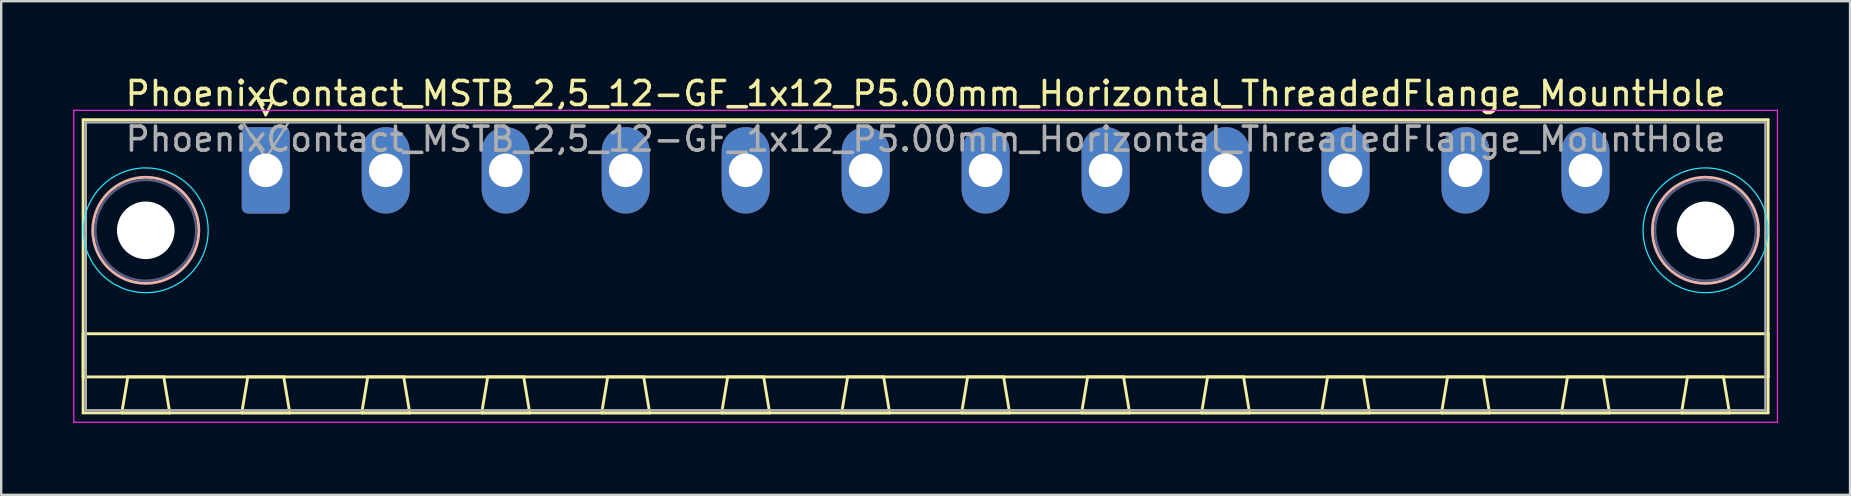
<source format=kicad_pcb>
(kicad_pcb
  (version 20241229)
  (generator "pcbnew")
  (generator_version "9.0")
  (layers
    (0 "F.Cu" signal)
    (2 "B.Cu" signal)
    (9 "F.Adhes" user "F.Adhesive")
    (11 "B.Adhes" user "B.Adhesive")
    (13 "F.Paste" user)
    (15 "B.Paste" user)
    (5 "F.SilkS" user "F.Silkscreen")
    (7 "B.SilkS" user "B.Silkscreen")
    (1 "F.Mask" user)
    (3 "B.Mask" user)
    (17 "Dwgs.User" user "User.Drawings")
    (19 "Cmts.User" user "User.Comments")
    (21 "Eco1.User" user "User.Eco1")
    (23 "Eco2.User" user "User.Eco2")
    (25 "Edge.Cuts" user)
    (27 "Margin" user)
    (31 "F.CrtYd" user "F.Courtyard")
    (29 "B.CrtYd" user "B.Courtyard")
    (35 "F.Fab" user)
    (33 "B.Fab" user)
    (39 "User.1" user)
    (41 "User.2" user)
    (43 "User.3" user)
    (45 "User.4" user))
  (footprint "PhoenixContact_MSTB_2,5_12-GF_1x12_P5.00mm_Horizontal_ThreadedFlange_MountHole"
    (layer "F.Cu")
    (at 8.025 4.048)
    (property "Reference" "PhoenixContact_MSTB_2,5_12-GF_1x12_P5.00mm_Horizontal_ThreadedFlange_MountHole" (at 27.5 -3.2 0) (layer "F.SilkS") (effects (font (size 1 1) (thickness 0.15))))
    (attr through_hole)
    (fp_line (start -7.61 -2.11) (end -7.61 10.11) (stroke (width 0.12) (type solid)) (layer "F.SilkS"))
    (fp_line (start -7.61 6.81) (end 62.61 6.81) (stroke (width 0.12) (type solid)) (layer "F.SilkS"))
    (fp_line (start -7.61 8.61) (end -7.61 6.81) (stroke (width 0.12) (type solid)) (layer "F.SilkS"))
    (fp_line (start -7.61 10.11) (end 62.61 10.11) (stroke (width 0.12) (type solid)) (layer "F.SilkS"))
    (fp_line (start -6 10.11) (end -4 10.11) (stroke (width 0.12) (type solid)) (layer "F.SilkS"))
    (fp_line (start -5.75 8.61) (end -6 10.11) (stroke (width 0.12) (type solid)) (layer "F.SilkS"))
    (fp_line (start -4.25 8.61) (end -5.75 8.61) (stroke (width 0.12) (type solid)) (layer "F.SilkS"))
    (fp_line (start -4 10.11) (end -4.25 8.61) (stroke (width 0.12) (type solid)) (layer "F.SilkS"))
    (fp_line (start -1 10.11) (end 1 10.11) (stroke (width 0.12) (type solid)) (layer "F.SilkS"))
    (fp_line (start -0.75 8.61) (end -1 10.11) (stroke (width 0.12) (type solid)) (layer "F.SilkS"))
    (fp_line (start -0.3 -2.91) (end 0.3 -2.91) (stroke (width 0.12) (type solid)) (layer "F.SilkS"))
    (fp_line (start 0 -2.31) (end -0.3 -2.91) (stroke (width 0.12) (type solid)) (layer "F.SilkS"))
    (fp_line (start 0.3 -2.91) (end 0 -2.31) (stroke (width 0.12) (type solid)) (layer "F.SilkS"))
    (fp_line (start 0.75 8.61) (end -0.75 8.61) (stroke (width 0.12) (type solid)) (layer "F.SilkS"))
    (fp_line (start 1 10.11) (end 0.75 8.61) (stroke (width 0.12) (type solid)) (layer "F.SilkS"))
    (fp_line (start 4 10.11) (end 6 10.11) (stroke (width 0.12) (type solid)) (layer "F.SilkS"))
    (fp_line (start 4.25 8.61) (end 4 10.11) (stroke (width 0.12) (type solid)) (layer "F.SilkS"))
    (fp_line (start 5.75 8.61) (end 4.25 8.61) (stroke (width 0.12) (type solid)) (layer "F.SilkS"))
    (fp_line (start 6 10.11) (end 5.75 8.61) (stroke (width 0.12) (type solid)) (layer "F.SilkS"))
    (fp_line (start 9 10.11) (end 11 10.11) (stroke (width 0.12) (type solid)) (layer "F.SilkS"))
    (fp_line (start 9.25 8.61) (end 9 10.11) (stroke (width 0.12) (type solid)) (layer "F.SilkS"))
    (fp_line (start 10.75 8.61) (end 9.25 8.61) (stroke (width 0.12) (type solid)) (layer "F.SilkS"))
    (fp_line (start 11 10.11) (end 10.75 8.61) (stroke (width 0.12) (type solid)) (layer "F.SilkS"))
    (fp_line (start 14 10.11) (end 16 10.11) (stroke (width 0.12) (type solid)) (layer "F.SilkS"))
    (fp_line (start 14.25 8.61) (end 14 10.11) (stroke (width 0.12) (type solid)) (layer "F.SilkS"))
    (fp_line (start 15.75 8.61) (end 14.25 8.61) (stroke (width 0.12) (type solid)) (layer "F.SilkS"))
    (fp_line (start 16 10.11) (end 15.75 8.61) (stroke (width 0.12) (type solid)) (layer "F.SilkS"))
    (fp_line (start 19 10.11) (end 21 10.11) (stroke (width 0.12) (type solid)) (layer "F.SilkS"))
    (fp_line (start 19.25 8.61) (end 19 10.11) (stroke (width 0.12) (type solid)) (layer "F.SilkS"))
    (fp_line (start 20.75 8.61) (end 19.25 8.61) (stroke (width 0.12) (type solid)) (layer "F.SilkS"))
    (fp_line (start 21 10.11) (end 20.75 8.61) (stroke (width 0.12) (type solid)) (layer "F.SilkS"))
    (fp_line (start 24 10.11) (end 26 10.11) (stroke (width 0.12) (type solid)) (layer "F.SilkS"))
    (fp_line (start 24.25 8.61) (end 24 10.11) (stroke (width 0.12) (type solid)) (layer "F.SilkS"))
    (fp_line (start 25.75 8.61) (end 24.25 8.61) (stroke (width 0.12) (type solid)) (layer "F.SilkS"))
    (fp_line (start 26 10.11) (end 25.75 8.61) (stroke (width 0.12) (type solid)) (layer "F.SilkS"))
    (fp_line (start 29 10.11) (end 31 10.11) (stroke (width 0.12) (type solid)) (layer "F.SilkS"))
    (fp_line (start 29.25 8.61) (end 29 10.11) (stroke (width 0.12) (type solid)) (layer "F.SilkS"))
    (fp_line (start 30.75 8.61) (end 29.25 8.61) (stroke (width 0.12) (type solid)) (layer "F.SilkS"))
    (fp_line (start 31 10.11) (end 30.75 8.61) (stroke (width 0.12) (type solid)) (layer "F.SilkS"))
    (fp_line (start 34 10.11) (end 36 10.11) (stroke (width 0.12) (type solid)) (layer "F.SilkS"))
    (fp_line (start 34.25 8.61) (end 34 10.11) (stroke (width 0.12) (type solid)) (layer "F.SilkS"))
    (fp_line (start 35.75 8.61) (end 34.25 8.61) (stroke (width 0.12) (type solid)) (layer "F.SilkS"))
    (fp_line (start 36 10.11) (end 35.75 8.61) (stroke (width 0.12) (type solid)) (layer "F.SilkS"))
    (fp_line (start 39 10.11) (end 41 10.11) (stroke (width 0.12) (type solid)) (layer "F.SilkS"))
    (fp_line (start 39.25 8.61) (end 39 10.11) (stroke (width 0.12) (type solid)) (layer "F.SilkS"))
    (fp_line (start 40.75 8.61) (end 39.25 8.61) (stroke (width 0.12) (type solid)) (layer "F.SilkS"))
    (fp_line (start 41 10.11) (end 40.75 8.61) (stroke (width 0.12) (type solid)) (layer "F.SilkS"))
    (fp_line (start 44 10.11) (end 46 10.11) (stroke (width 0.12) (type solid)) (layer "F.SilkS"))
    (fp_line (start 44.25 8.61) (end 44 10.11) (stroke (width 0.12) (type solid)) (layer "F.SilkS"))
    (fp_line (start 45.75 8.61) (end 44.25 8.61) (stroke (width 0.12) (type solid)) (layer "F.SilkS"))
    (fp_line (start 46 10.11) (end 45.75 8.61) (stroke (width 0.12) (type solid)) (layer "F.SilkS"))
    (fp_line (start 49 10.11) (end 51 10.11) (stroke (width 0.12) (type solid)) (layer "F.SilkS"))
    (fp_line (start 49.25 8.61) (end 49 10.11) (stroke (width 0.12) (type solid)) (layer "F.SilkS"))
    (fp_line (start 50.75 8.61) (end 49.25 8.61) (stroke (width 0.12) (type solid)) (layer "F.SilkS"))
    (fp_line (start 51 10.11) (end 50.75 8.61) (stroke (width 0.12) (type solid)) (layer "F.SilkS"))
    (fp_line (start 54 10.11) (end 56 10.11) (stroke (width 0.12) (type solid)) (layer "F.SilkS"))
    (fp_line (start 54.25 8.61) (end 54 10.11) (stroke (width 0.12) (type solid)) (layer "F.SilkS"))
    (fp_line (start 55.75 8.61) (end 54.25 8.61) (stroke (width 0.12) (type solid)) (layer "F.SilkS"))
    (fp_line (start 56 10.11) (end 55.75 8.61) (stroke (width 0.12) (type solid)) (layer "F.SilkS"))
    (fp_line (start 59 10.11) (end 61 10.11) (stroke (width 0.12) (type solid)) (layer "F.SilkS"))
    (fp_line (start 59.25 8.61) (end 59 10.11) (stroke (width 0.12) (type solid)) (layer "F.SilkS"))
    (fp_line (start 60.75 8.61) (end 59.25 8.61) (stroke (width 0.12) (type solid)) (layer "F.SilkS"))
    (fp_line (start 61 10.11) (end 60.75 8.61) (stroke (width 0.12) (type solid)) (layer "F.SilkS"))
    (fp_line (start 62.61 -2.11) (end -7.61 -2.11) (stroke (width 0.12) (type solid)) (layer "F.SilkS"))
    (fp_line (start 62.61 6.81) (end 62.61 8.61) (stroke (width 0.12) (type solid)) (layer "F.SilkS"))
    (fp_line (start 62.61 8.61) (end -7.61 8.61) (stroke (width 0.12) (type solid)) (layer "F.SilkS"))
    (fp_line (start 62.61 10.11) (end 62.61 -2.11) (stroke (width 0.12) (type solid)) (layer "F.SilkS"))
    (fp_circle (center -5 2.5) (end -2.79 2.5) (stroke (width 0.12) (type solid)) (fill no) (layer "B.SilkS"))
    (fp_circle (center 60 2.5) (end 62.21 2.5) (stroke (width 0.12) (type solid)) (fill no) (layer "B.SilkS"))
    (fp_circle (center -5 2.5) (end -2.4 2.5) (stroke (width 0.05) (type solid)) (fill no) (layer "B.CrtYd"))
    (fp_circle (center 60 2.5) (end 62.6 2.5) (stroke (width 0.05) (type solid)) (fill no) (layer "B.CrtYd"))
    (fp_line (start -8 -2.5) (end -8 10.5) (stroke (width 0.05) (type solid)) (layer "F.CrtYd"))
    (fp_line (start -8 10.5) (end 63 10.5) (stroke (width 0.05) (type solid)) (layer "F.CrtYd"))
    (fp_line (start 63 -2.5) (end -8 -2.5) (stroke (width 0.05) (type solid)) (layer "F.CrtYd"))
    (fp_line (start 63 10.5) (end 63 -2.5) (stroke (width 0.05) (type solid)) (layer "F.CrtYd"))
    (fp_circle (center -5 2.5) (end -2.9 2.5) (stroke (width 0.1) (type solid)) (fill no) (layer "B.Fab"))
    (fp_circle (center 60 2.5) (end 62.1 2.5) (stroke (width 0.1) (type solid)) (fill no) (layer "B.Fab"))
    (fp_line (start -7.5 -2) (end -7.5 10) (stroke (width 0.1) (type solid)) (layer "F.Fab"))
    (fp_line (start -7.5 10) (end 62.5 10) (stroke (width 0.1) (type solid)) (layer "F.Fab"))
    (fp_line (start 0 -0.5) (end -0.95 -2) (stroke (width 0.1) (type solid)) (layer "F.Fab"))
    (fp_line (start 0.95 -2) (end 0 -0.5) (stroke (width 0.1) (type solid)) (layer "F.Fab"))
    (fp_line (start 62.5 -2) (end -7.5 -2) (stroke (width 0.1) (type solid)) (layer "F.Fab"))
    (fp_line (start 62.5 10) (end 62.5 -2) (stroke (width 0.1) (type solid)) (layer "F.Fab"))
    (fp_text user "${REFERENCE}" (at 27.5 -1.3 0) (layer "F.Fab") (effects (font (size 1 1) (thickness 0.15))))
    (pad "" np_thru_hole circle (at -5 2.5) (size 2.4 2.4) (drill 2.4) (layers "*.Cu" "*.Mask"))
    (pad "" np_thru_hole circle (at 60 2.5) (size 2.4 2.4) (drill 2.4) (layers "*.Cu" "*.Mask"))
    (pad "1" thru_hole roundrect (at 0 0) (size 2 3.6) (drill 1.4) (layers "*.Cu" "*.Mask") (roundrect_rratio 0.125))
    (pad "2" thru_hole oval (at 5 0) (size 2 3.6) (drill 1.4) (layers "*.Cu" "*.Mask"))
    (pad "3" thru_hole oval (at 10 0) (size 2 3.6) (drill 1.4) (layers "*.Cu" "*.Mask"))
    (pad "4" thru_hole oval (at 15 0) (size 2 3.6) (drill 1.4) (layers "*.Cu" "*.Mask"))
    (pad "5" thru_hole oval (at 20 0) (size 2 3.6) (drill 1.4) (layers "*.Cu" "*.Mask"))
    (pad "6" thru_hole oval (at 25 0) (size 2 3.6) (drill 1.4) (layers "*.Cu" "*.Mask"))
    (pad "7" thru_hole oval (at 30 0) (size 2 3.6) (drill 1.4) (layers "*.Cu" "*.Mask"))
    (pad "8" thru_hole oval (at 35 0) (size 2 3.6) (drill 1.4) (layers "*.Cu" "*.Mask"))
    (pad "9" thru_hole oval (at 40 0) (size 2 3.6) (drill 1.4) (layers "*.Cu" "*.Mask"))
    (pad "10" thru_hole oval (at 45 0) (size 2 3.6) (drill 1.4) (layers "*.Cu" "*.Mask"))
    (pad "11" thru_hole oval (at 50 0) (size 2 3.6) (drill 1.4) (layers "*.Cu" "*.Mask"))
    (pad "12" thru_hole oval (at 55 0) (size 2 3.6) (drill 1.4) (layers "*.Cu" "*.Mask")))
  (gr_rect
    (start -3 -3)
    (end 74.05 17.573)
    (stroke (width 0.1) (type default))
    (fill no)
    (layer "Edge.Cuts")))
</source>
